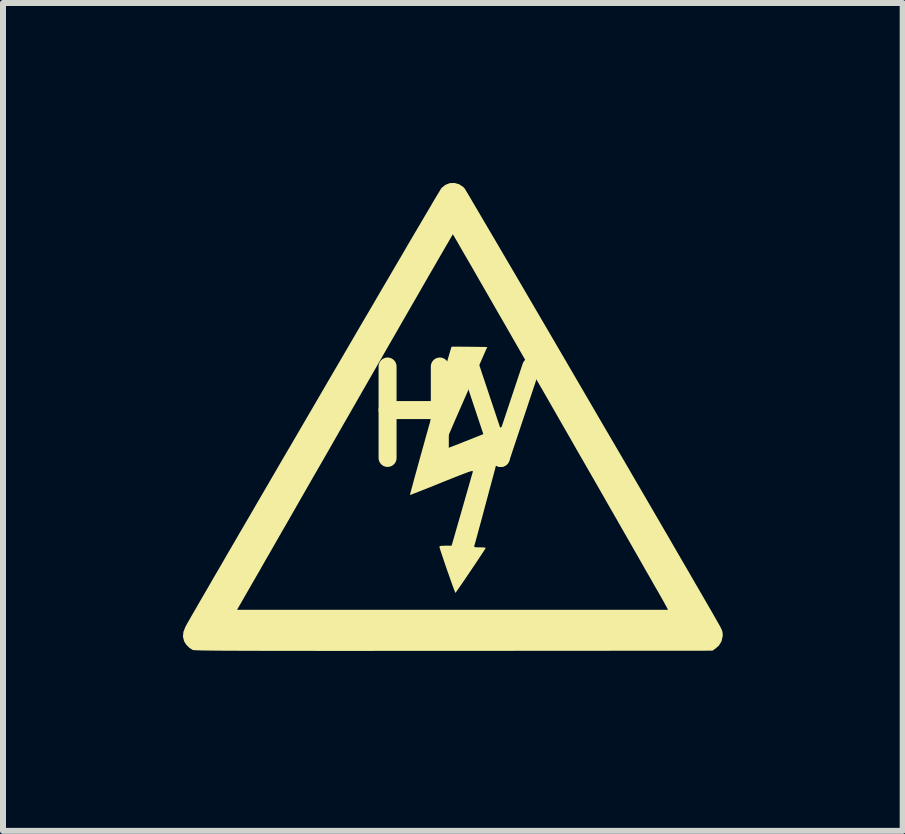
<source format=kicad_pcb>
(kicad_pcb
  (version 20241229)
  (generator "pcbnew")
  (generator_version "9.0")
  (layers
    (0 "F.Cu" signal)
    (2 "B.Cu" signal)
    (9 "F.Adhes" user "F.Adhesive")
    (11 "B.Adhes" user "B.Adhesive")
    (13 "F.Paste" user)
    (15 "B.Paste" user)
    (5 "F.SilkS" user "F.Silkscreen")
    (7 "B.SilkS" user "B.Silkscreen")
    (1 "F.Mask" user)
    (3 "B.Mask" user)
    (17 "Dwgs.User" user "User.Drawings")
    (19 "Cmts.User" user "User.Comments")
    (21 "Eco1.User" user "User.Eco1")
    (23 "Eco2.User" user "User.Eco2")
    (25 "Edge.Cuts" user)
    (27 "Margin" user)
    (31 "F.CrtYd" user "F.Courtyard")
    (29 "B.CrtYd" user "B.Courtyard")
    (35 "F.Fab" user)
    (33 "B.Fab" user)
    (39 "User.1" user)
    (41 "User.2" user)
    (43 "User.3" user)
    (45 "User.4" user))
  (footprint "HV"
    (layer "F.Cu")
    (at 4.5 3.895)
    (property "Reference" "HV" (at 0 0 0) (layer "F.SilkS") (effects (font (size 1.524 1.524) (thickness 0.3))))
    (attr board_only exclude_from_pos_files exclude_from_bom)
    (fp_poly (pts (xy 0.163 -1.165) (xy 0.248 -1.164) (xy 0.277 -1.164) (xy 0.573 -1.16) (xy 0.196 -0.303) (xy 0.132 -0.156) (xy 0.071 -0.018) (xy 0.015 0.111) (xy -0.035 0.227) (xy -0.08 0.33) (xy -0.117 0.416) (xy -0.146 0.484) (xy -0.166 0.531) (xy -0.176 0.556) (xy -0.177 0.56) (xy -0.163 0.555) (xy -0.126 0.542) (xy -0.069 0.52) (xy 0.007 0.491) (xy 0.097 0.456) (xy 0.199 0.415) (xy 0.311 0.371) (xy 0.359 0.352) (xy 0.474 0.306) (xy 0.58 0.264) (xy 0.676 0.226) (xy 0.758 0.194) (xy 0.823 0.17) (xy 0.868 0.153) (xy 0.892 0.145) (xy 0.894 0.144) (xy 0.891 0.158) (xy 0.882 0.196) (xy 0.866 0.257) (xy 0.845 0.336) (xy 0.82 0.433) (xy 0.791 0.544) (xy 0.758 0.666) (xy 0.723 0.798) (xy 0.687 0.936) (xy 0.649 1.078) (xy 0.61 1.221) (xy 0.572 1.363) (xy 0.535 1.502) (xy 0.5 1.633) (xy 0.467 1.756) (xy 0.436 1.868) (xy 0.41 1.965) (xy 0.388 2.046) (xy 0.371 2.107) (xy 0.36 2.146) (xy 0.357 2.155) (xy 0.356 2.168) (xy 0.367 2.176) (xy 0.394 2.179) (xy 0.444 2.18) (xy 0.449 2.18) (xy 0.498 2.181) (xy 0.533 2.184) (xy 0.548 2.188) (xy 0.549 2.188) (xy 0.541 2.201) (xy 0.52 2.235) (xy 0.488 2.284) (xy 0.446 2.347) (xy 0.399 2.419) (xy 0.346 2.497) (xy 0.292 2.578) (xy 0.237 2.658) (xy 0.186 2.735) (xy 0.138 2.804) (xy 0.098 2.862) (xy 0.067 2.906) (xy 0.048 2.933) (xy 0.042 2.939) (xy 0.036 2.926) (xy 0.022 2.89) (xy 0.001 2.834) (xy -0.025 2.762) (xy -0.055 2.676) (xy -0.089 2.581) (xy -0.095 2.563) (xy -0.129 2.465) (xy -0.159 2.375) (xy -0.185 2.298) (xy -0.206 2.235) (xy -0.219 2.192) (xy -0.225 2.17) (xy -0.225 2.169) (xy -0.215 2.159) (xy -0.182 2.154) (xy -0.124 2.152) (xy -0.123 2.152) (xy -0.021 2.152) (xy 0.152 1.551) (xy 0.188 1.425) (xy 0.222 1.306) (xy 0.253 1.198) (xy 0.28 1.104) (xy 0.302 1.025) (xy 0.319 0.966) (xy 0.33 0.929) (xy 0.333 0.918) (xy 0.332 0.911) (xy 0.326 0.908) (xy 0.311 0.909) (xy 0.285 0.916) (xy 0.246 0.929) (xy 0.192 0.949) (xy 0.12 0.977) (xy 0.029 1.013) (xy -0.085 1.058) (xy -0.182 1.097) (xy -0.296 1.143) (xy -0.402 1.186) (xy -0.498 1.224) (xy -0.579 1.256) (xy -0.644 1.281) (xy -0.69 1.299) (xy -0.713 1.307) (xy -0.715 1.308) (xy -0.713 1.295) (xy -0.703 1.257) (xy -0.687 1.197) (xy -0.665 1.116) (xy -0.639 1.018) (xy -0.607 0.904) (xy -0.572 0.777) (xy -0.534 0.639) (xy -0.493 0.493) (xy -0.451 0.34) (xy -0.407 0.184) (xy -0.363 0.026) (xy -0.318 -0.132) (xy -0.275 -0.287) (xy -0.233 -0.436) (xy -0.193 -0.578) (xy -0.155 -0.709) (xy -0.121 -0.829) (xy -0.091 -0.934) (xy -0.065 -1.022) (xy -0.045 -1.091) (xy -0.031 -1.138) (xy -0.023 -1.162) (xy -0.022 -1.164) (xy -0.007 -1.165) (xy 0.031 -1.166) (xy 0.089 -1.166)) (stroke (width 0) (type solid)) (fill yes) (layer "F.SilkS"))
    (fp_poly (pts (xy 0.103 -3.874) (xy 0.172 -3.828) (xy 0.191 -3.81) (xy 0.201 -3.795) (xy 0.224 -3.757) (xy 0.26 -3.697) (xy 0.308 -3.616) (xy 0.367 -3.515) (xy 0.437 -3.396) (xy 0.517 -3.26) (xy 0.607 -3.107) (xy 0.706 -2.939) (xy 0.812 -2.758) (xy 0.926 -2.563) (xy 1.047 -2.357) (xy 1.174 -2.14) (xy 1.306 -1.914) (xy 1.443 -1.68) (xy 1.584 -1.439) (xy 1.728 -1.192) (xy 1.875 -0.941) (xy 2.024 -0.685) (xy 2.174 -0.428) (xy 2.325 -0.169) (xy 2.476 0.09) (xy 2.627 0.348) (xy 2.776 0.603) (xy 2.923 0.855) (xy 3.067 1.103) (xy 3.208 1.345) (xy 3.345 1.58) (xy 3.477 1.807) (xy 3.604 2.025) (xy 3.724 2.233) (xy 3.838 2.429) (xy 3.945 2.613) (xy 4.043 2.783) (xy 4.133 2.937) (xy 4.213 3.076) (xy 4.284 3.198) (xy 4.343 3.301) (xy 4.391 3.385) (xy 4.427 3.448) (xy 4.45 3.489) (xy 4.456 3.5) (xy 4.482 3.552) (xy 4.495 3.591) (xy 4.499 3.629) (xy 4.498 3.664) (xy 4.478 3.748) (xy 4.434 3.819) (xy 4.376 3.869) (xy 4.327 3.903) (xy 0.015 3.906) (xy -0.408 3.906) (xy -0.804 3.906) (xy -1.174 3.906) (xy -1.518 3.907) (xy -1.837 3.907) (xy -2.132 3.907) (xy -2.405 3.906) (xy -2.655 3.906) (xy -2.884 3.906) (xy -3.092 3.906) (xy -3.281 3.905) (xy -3.451 3.905) (xy -3.603 3.904) (xy -3.738 3.904) (xy -3.857 3.903) (xy -3.96 3.902) (xy -4.049 3.901) (xy -4.124 3.9) (xy -4.187 3.899) (xy -4.237 3.897) (xy -4.277 3.896) (xy -4.306 3.894) (xy -4.325 3.893) (xy -4.337 3.891) (xy -4.339 3.89) (xy -4.396 3.853) (xy -4.448 3.8) (xy -4.481 3.745) (xy -4.5 3.669) (xy -4.492 3.588) (xy -4.457 3.5) (xy -4.454 3.495) (xy -4.435 3.461) (xy -4.403 3.404) (xy -4.359 3.327) (xy -4.303 3.23) (xy -4.297 3.221) (xy -3.598 3.221) (xy 3.587 3.221) (xy 3.555 3.16) (xy 3.542 3.137) (xy 3.517 3.091) (xy 3.479 3.024) (xy 3.43 2.937) (xy 3.369 2.832) (xy 3.299 2.708) (xy 3.219 2.569) (xy 3.131 2.414) (xy 3.035 2.246) (xy 2.931 2.064) (xy 2.821 1.872) (xy 2.705 1.669) (xy 2.584 1.458) (xy 2.459 1.239) (xy 2.33 1.014) (xy 2.198 0.784) (xy 2.063 0.55) (xy 1.928 0.313) (xy 1.791 0.075) (xy 1.655 -0.163) (xy 1.519 -0.4) (xy 1.384 -0.634) (xy 1.252 -0.865) (xy 1.122 -1.091) (xy 0.996 -1.311) (xy 0.874 -1.523) (xy 0.757 -1.726) (xy 0.646 -1.92) (xy 0.541 -2.102) (xy 0.443 -2.272) (xy 0.353 -2.429) (xy 0.272 -2.57) (xy 0.199 -2.695) (xy 0.137 -2.803) (xy 0.086 -2.892) (xy 0.046 -2.961) (xy 0.018 -3.009) (xy 0.003 -3.034) (xy 0.00004 -3.038) (xy -0.008 -3.026) (xy -0.029 -2.991) (xy -0.062 -2.933) (xy -0.108 -2.855) (xy -0.165 -2.756) (xy -0.233 -2.639) (xy -0.311 -2.504) (xy -0.399 -2.352) (xy -0.495 -2.185) (xy -0.599 -2.004) (xy -0.711 -1.81) (xy -0.83 -1.603) (xy -0.955 -1.385) (xy -1.086 -1.158) (xy -1.221 -0.922) (xy -1.361 -0.678) (xy -1.498 -0.44) (xy -1.646 -0.181) (xy -1.793 0.075) (xy -1.938 0.328) (xy -2.08 0.577) (xy -2.219 0.819) (xy -2.354 1.053) (xy -2.483 1.278) (xy -2.606 1.493) (xy -2.722 1.696) (xy -2.831 1.885) (xy -2.931 2.059) (xy -3.021 2.217) (xy -3.102 2.357) (xy -3.171 2.478) (xy -3.228 2.578) (xy -3.273 2.656) (xy -3.293 2.69) (xy -3.598 3.221) (xy -4.297 3.221) (xy -4.236 3.114) (xy -4.158 2.98) (xy -4.071 2.83) (xy -3.976 2.665) (xy -3.871 2.486) (xy -3.76 2.293) (xy -3.641 2.089) (xy -3.516 1.874) (xy -3.385 1.65) (xy -3.25 1.417) (xy -3.11 1.177) (xy -2.967 0.931) (xy -2.821 0.68) (xy -2.672 0.426) (xy -2.522 0.169) (xy -2.371 -0.09) (xy -2.22 -0.349) (xy -2.07 -0.607) (xy -1.92 -0.863) (xy -1.773 -1.115) (xy -1.628 -1.364) (xy -1.486 -1.607) (xy -1.347 -1.843) (xy -1.214 -2.072) (xy -1.085 -2.291) (xy -0.963 -2.501) (xy -0.846 -2.699) (xy -0.738 -2.885) (xy -0.637 -3.057) (xy -0.544 -3.214) (xy -0.461 -3.356) (xy -0.387 -3.48) (xy -0.325 -3.587) (xy -0.273 -3.674) (xy -0.233 -3.74) (xy -0.206 -3.785) (xy -0.193 -3.807) (xy -0.191 -3.81) (xy -0.125 -3.863) (xy -0.051 -3.892) (xy 0.027 -3.895)) (stroke (width 0) (type solid)) (fill yes) (layer "F.SilkS")))
  (gr_rect
    (start -3 -3)
    (end 11.999 10.802)
    (stroke (width 0.1) (type default))
    (fill no)
    (layer "Edge.Cuts")))
</source>
